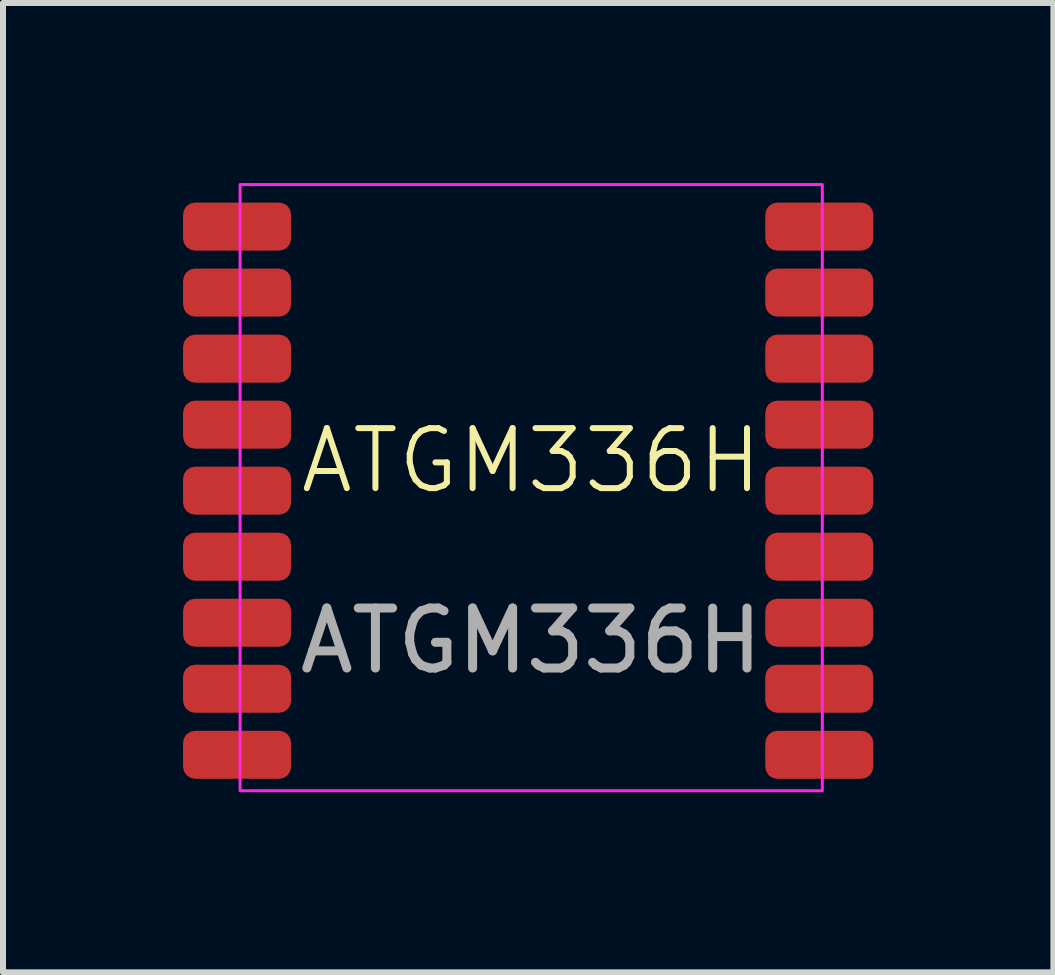
<source format=kicad_pcb>
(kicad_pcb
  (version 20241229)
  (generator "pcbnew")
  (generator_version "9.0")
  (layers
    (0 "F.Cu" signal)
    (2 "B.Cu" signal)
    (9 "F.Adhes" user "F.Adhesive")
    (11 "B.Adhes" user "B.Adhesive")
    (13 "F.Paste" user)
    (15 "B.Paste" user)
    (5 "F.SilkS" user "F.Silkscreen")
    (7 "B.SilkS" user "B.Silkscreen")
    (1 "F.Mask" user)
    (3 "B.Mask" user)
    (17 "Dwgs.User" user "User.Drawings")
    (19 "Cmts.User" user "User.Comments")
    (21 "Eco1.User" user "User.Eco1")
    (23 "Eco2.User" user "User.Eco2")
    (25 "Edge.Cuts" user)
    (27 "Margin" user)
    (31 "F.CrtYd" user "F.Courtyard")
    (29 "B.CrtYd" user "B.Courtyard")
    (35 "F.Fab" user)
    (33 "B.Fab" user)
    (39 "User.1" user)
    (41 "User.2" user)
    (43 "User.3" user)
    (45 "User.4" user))
  (footprint "ATGM336H"
    (layer "F.Cu")
    (at 5.8 5.125)
    (property "Reference" "ATGM336H" (at 0 -0.5 0) (unlocked yes) (layer "F.SilkS") (effects (font (size 1 1) (thickness 0.1))))
    (attr smd)
    (fp_rect (start -4.85 -5.1) (end 4.85 5) (stroke (width 0.05) (type default)) (fill no) (layer "F.CrtYd"))
    (fp_text user "${REFERENCE}" (at 0 2.5 0) (unlocked yes) (layer "F.Fab") (effects (font (size 1 1) (thickness 0.15))))
    (pad "1" smd roundrect (at 4.8 4.4) (size 1.8 0.8) (layers "F.Cu" "F.Mask" "F.Paste") (roundrect_rratio 0.25))
    (pad "2" smd roundrect (at 4.8 3.3) (size 1.8 0.8) (layers "F.Cu" "F.Mask" "F.Paste") (roundrect_rratio 0.25))
    (pad "3" smd roundrect (at 4.8 2.2) (size 1.8 0.8) (layers "F.Cu" "F.Mask" "F.Paste") (roundrect_rratio 0.25))
    (pad "4" smd roundrect (at 4.8 1.1) (size 1.8 0.8) (layers "F.Cu" "F.Mask" "F.Paste") (roundrect_rratio 0.25))
    (pad "5" smd roundrect (at 4.8 0) (size 1.8 0.8) (layers "F.Cu" "F.Mask" "F.Paste") (roundrect_rratio 0.25))
    (pad "6" smd roundrect (at 4.8 -1.1) (size 1.8 0.8) (layers "F.Cu" "F.Mask" "F.Paste") (roundrect_rratio 0.25))
    (pad "7" smd roundrect (at 4.8 -2.2) (size 1.8 0.8) (layers "F.Cu" "F.Mask" "F.Paste") (roundrect_rratio 0.25))
    (pad "8" smd roundrect (at 4.8 -3.3) (size 1.8 0.8) (layers "F.Cu" "F.Mask" "F.Paste") (roundrect_rratio 0.25))
    (pad "9" smd roundrect (at 4.8 -4.4) (size 1.8 0.8) (layers "F.Cu" "F.Mask" "F.Paste") (roundrect_rratio 0.25))
    (pad "10" smd roundrect (at -4.9 -4.4) (size 1.8 0.8) (layers "F.Cu" "F.Mask" "F.Paste") (roundrect_rratio 0.25))
    (pad "11" smd roundrect (at -4.9 -3.3) (size 1.8 0.8) (layers "F.Cu" "F.Mask" "F.Paste") (roundrect_rratio 0.25))
    (pad "12" smd roundrect (at -4.9 -2.2) (size 1.8 0.8) (layers "F.Cu" "F.Mask" "F.Paste") (roundrect_rratio 0.25))
    (pad "13" smd roundrect (at -4.9 -1.1) (size 1.8 0.8) (layers "F.Cu" "F.Mask" "F.Paste") (roundrect_rratio 0.25))
    (pad "14" smd roundrect (at -4.9 0) (size 1.8 0.8) (layers "F.Cu" "F.Mask" "F.Paste") (roundrect_rratio 0.25))
    (pad "15" smd roundrect (at -4.9 1.1) (size 1.8 0.8) (layers "F.Cu" "F.Mask" "F.Paste") (roundrect_rratio 0.25))
    (pad "16" smd roundrect (at -4.9 2.2) (size 1.8 0.8) (layers "F.Cu" "F.Mask" "F.Paste") (roundrect_rratio 0.25))
    (pad "17" smd roundrect (at -4.9 3.3) (size 1.8 0.8) (layers "F.Cu" "F.Mask" "F.Paste") (roundrect_rratio 0.25))
    (pad "18" smd roundrect (at -4.9 4.4) (size 1.8 0.8) (layers "F.Cu" "F.Mask" "F.Paste") (roundrect_rratio 0.25)))
  (gr_rect
    (start -3 -3)
    (end 14.5 13.15)
    (stroke (width 0.1) (type default))
    (fill no)
    (layer "Edge.Cuts")))
</source>
